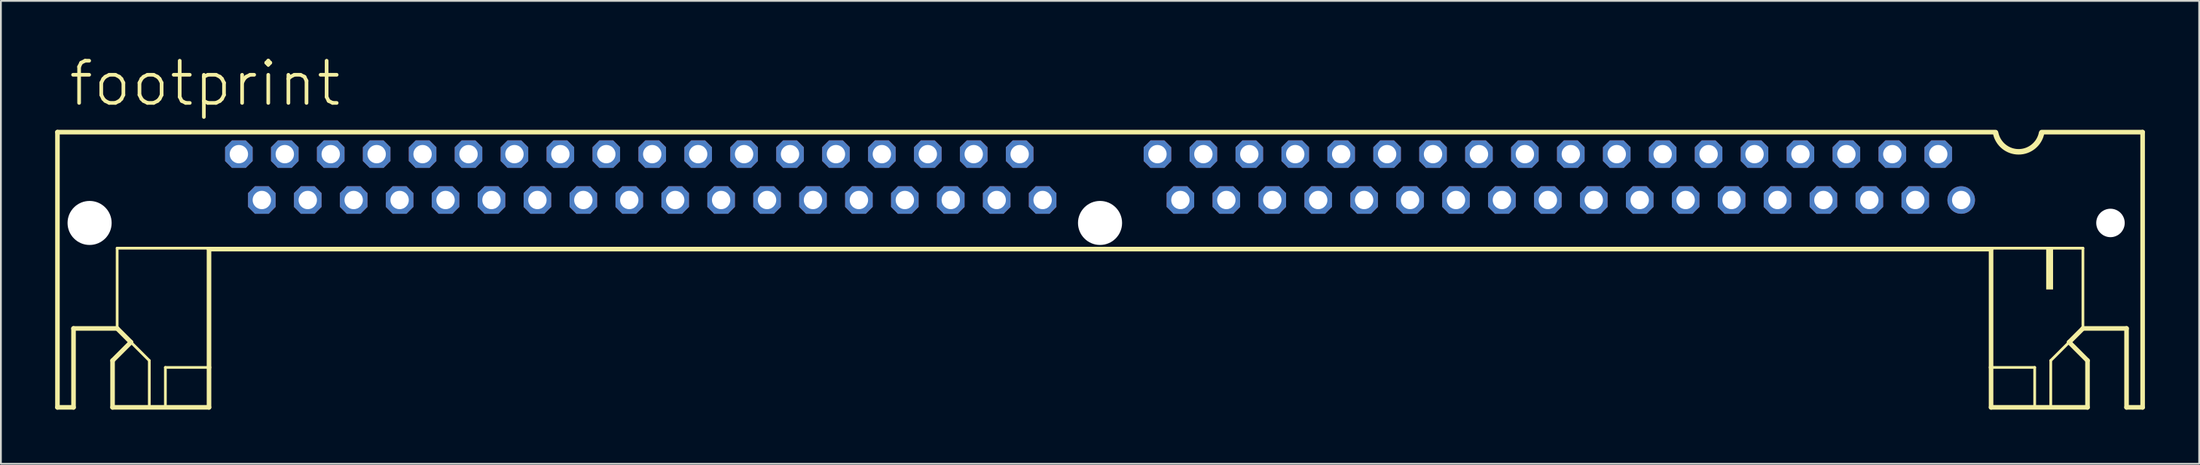
<source format=kicad_pcb>
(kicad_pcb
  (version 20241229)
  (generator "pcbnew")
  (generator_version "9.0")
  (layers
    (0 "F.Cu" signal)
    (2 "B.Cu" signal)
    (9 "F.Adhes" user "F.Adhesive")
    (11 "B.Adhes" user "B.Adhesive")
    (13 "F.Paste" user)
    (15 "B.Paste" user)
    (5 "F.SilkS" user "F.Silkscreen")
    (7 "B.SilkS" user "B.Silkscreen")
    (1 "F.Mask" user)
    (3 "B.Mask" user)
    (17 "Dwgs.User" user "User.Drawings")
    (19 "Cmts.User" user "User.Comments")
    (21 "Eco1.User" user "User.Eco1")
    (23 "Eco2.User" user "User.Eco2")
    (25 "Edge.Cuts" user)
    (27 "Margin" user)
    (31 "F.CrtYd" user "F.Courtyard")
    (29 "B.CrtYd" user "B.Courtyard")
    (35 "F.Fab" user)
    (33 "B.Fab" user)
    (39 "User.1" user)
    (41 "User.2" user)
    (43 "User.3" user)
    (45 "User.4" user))
  (footprint "footprint"
    (layer "F.Cu")
    (at 57.785 6.756)
    (property "Reference" "footprint" (at -57.15 -3.81 0) (layer "F.SilkS") (effects (font (size 2.337 2.337) (thickness 0.203)) (justify left bottom)))
    (fp_line (start -57.658 -2.489) (end 49.53 -2.489) (stroke (width 0.254) (type solid)) (layer "F.SilkS"))
    (fp_line (start -57.658 12.751) (end -57.658 -2.489) (stroke (width 0.254) (type solid)) (layer "F.SilkS"))
    (fp_line (start -56.769 8.382) (end -56.769 12.751) (stroke (width 0.254) (type solid)) (layer "F.SilkS"))
    (fp_line (start -56.769 12.751) (end -57.658 12.751) (stroke (width 0.254) (type solid)) (layer "F.SilkS"))
    (fp_line (start -54.61 10.16) (end -53.594 9.144) (stroke (width 0.254) (type solid)) (layer "F.SilkS"))
    (fp_line (start -54.61 12.751) (end -54.61 10.16) (stroke (width 0.254) (type solid)) (layer "F.SilkS"))
    (fp_line (start -54.356 3.937) (end -54.356 8.382) (stroke (width 0.152) (type solid)) (layer "F.SilkS"))
    (fp_line (start -54.356 8.382) (end -56.769 8.382) (stroke (width 0.254) (type solid)) (layer "F.SilkS"))
    (fp_line (start -53.594 9.144) (end -54.356 8.382) (stroke (width 0.254) (type solid)) (layer "F.SilkS"))
    (fp_line (start -53.594 9.144) (end -52.578 10.16) (stroke (width 0.152) (type solid)) (layer "F.SilkS"))
    (fp_line (start -52.578 10.16) (end -52.578 12.7) (stroke (width 0.152) (type solid)) (layer "F.SilkS"))
    (fp_line (start -51.689 10.541) (end -51.689 12.7) (stroke (width 0.152) (type solid)) (layer "F.SilkS"))
    (fp_line (start -51.689 10.541) (end -49.276 10.541) (stroke (width 0.152) (type solid)) (layer "F.SilkS"))
    (fp_line (start -49.276 3.937) (end -54.356 3.937) (stroke (width 0.152) (type solid)) (layer "F.SilkS"))
    (fp_line (start -49.276 3.988) (end -49.276 10.541) (stroke (width 0.254) (type solid)) (layer "F.SilkS"))
    (fp_line (start -49.276 10.541) (end -49.276 12.751) (stroke (width 0.254) (type solid)) (layer "F.SilkS"))
    (fp_line (start -49.276 12.751) (end -54.61 12.751) (stroke (width 0.254) (type solid)) (layer "F.SilkS"))
    (fp_line (start 49.276 3.937) (end 54.356 3.937) (stroke (width 0.152) (type solid)) (layer "F.SilkS"))
    (fp_line (start 49.276 3.988) (end -49.276 3.988) (stroke (width 0.254) (type solid)) (layer "F.SilkS"))
    (fp_line (start 49.276 3.988) (end 49.276 10.541) (stroke (width 0.254) (type solid)) (layer "F.SilkS"))
    (fp_line (start 49.276 10.541) (end 49.276 12.751) (stroke (width 0.254) (type solid)) (layer "F.SilkS"))
    (fp_line (start 49.276 12.751) (end 54.61 12.751) (stroke (width 0.254) (type solid)) (layer "F.SilkS"))
    (fp_line (start 51.689 10.541) (end 49.276 10.541) (stroke (width 0.152) (type solid)) (layer "F.SilkS"))
    (fp_line (start 51.689 10.541) (end 51.689 12.7) (stroke (width 0.152) (type solid)) (layer "F.SilkS"))
    (fp_line (start 52.07 -2.489) (end 57.658 -2.489) (stroke (width 0.254) (type solid)) (layer "F.SilkS"))
    (fp_line (start 52.578 10.16) (end 52.578 12.7) (stroke (width 0.152) (type solid)) (layer "F.SilkS"))
    (fp_line (start 53.594 9.144) (end 52.578 10.16) (stroke (width 0.152) (type solid)) (layer "F.SilkS"))
    (fp_line (start 53.594 9.144) (end 54.356 8.382) (stroke (width 0.254) (type solid)) (layer "F.SilkS"))
    (fp_line (start 54.356 3.937) (end 54.356 8.382) (stroke (width 0.152) (type solid)) (layer "F.SilkS"))
    (fp_line (start 54.356 8.382) (end 56.769 8.382) (stroke (width 0.254) (type solid)) (layer "F.SilkS"))
    (fp_line (start 54.61 10.16) (end 53.594 9.144) (stroke (width 0.254) (type solid)) (layer "F.SilkS"))
    (fp_line (start 54.61 12.751) (end 54.61 10.16) (stroke (width 0.254) (type solid)) (layer "F.SilkS"))
    (fp_line (start 56.769 8.382) (end 56.769 12.751) (stroke (width 0.254) (type solid)) (layer "F.SilkS"))
    (fp_line (start 56.769 12.751) (end 57.658 12.751) (stroke (width 0.254) (type solid)) (layer "F.SilkS"))
    (fp_line (start 57.658 12.751) (end 57.658 -2.489) (stroke (width 0.254) (type solid)) (layer "F.SilkS"))
    (fp_arc (start 52.07 -2.44) (mid 50.8 -1.398849) (end 49.53 -2.44) (stroke (width 0.3048) (type solid)) (layer "F.SilkS"))
    (fp_poly (pts (xy 52.324 6.223) (xy 52.705 6.223) (xy 52.705 3.937) (xy 52.324 3.937)) (stroke (width 0) (type solid)) (fill yes) (layer "F.SilkS"))
    (pad "" np_thru_hole circle (at -55.88 2.54) (size 2.438 2.438) (drill 2.438) (layers "*.Cu" "*.Mask"))
    (pad "" np_thru_hole circle (at 0 2.54) (size 2.438 2.438) (drill 2.438) (layers "*.Cu" "*.Mask"))
    (pad "" np_thru_hole circle (at 55.88 2.54) (size 1.575 1.575) (drill 1.575) (layers "*.Cu" "*.Mask"))
    (pad "1" thru_hole circle (at 47.625 1.27) (size 1.524 1.524) (drill 1.016) (layers "*.Cu" "*.Mask"))
    (pad "2" thru_hole roundrect (at 46.355 -1.27) (size 1.524 1.524) (drill 1.016) (layers "*.Cu" "*.Mask") (roundrect_rratio 0.25) (chamfer_ratio 0.25) (chamfer top_left top_right bottom_left bottom_right))
    (pad "3" thru_hole roundrect (at 45.085 1.27) (size 1.524 1.524) (drill 1.016) (layers "*.Cu" "*.Mask") (roundrect_rratio 0.25) (chamfer_ratio 0.25) (chamfer top_left top_right bottom_left bottom_right))
    (pad "4" thru_hole roundrect (at 43.815 -1.27) (size 1.524 1.524) (drill 1.016) (layers "*.Cu" "*.Mask") (roundrect_rratio 0.25) (chamfer_ratio 0.25) (chamfer top_left top_right bottom_left bottom_right))
    (pad "5" thru_hole roundrect (at 42.545 1.27) (size 1.524 1.524) (drill 1.016) (layers "*.Cu" "*.Mask") (roundrect_rratio 0.25) (chamfer_ratio 0.25) (chamfer top_left top_right bottom_left bottom_right))
    (pad "6" thru_hole roundrect (at 41.275 -1.27) (size 1.524 1.524) (drill 1.016) (layers "*.Cu" "*.Mask") (roundrect_rratio 0.25) (chamfer_ratio 0.25) (chamfer top_left top_right bottom_left bottom_right))
    (pad "7" thru_hole roundrect (at 40.005 1.27) (size 1.524 1.524) (drill 1.016) (layers "*.Cu" "*.Mask") (roundrect_rratio 0.25) (chamfer_ratio 0.25) (chamfer top_left top_right bottom_left bottom_right))
    (pad "8" thru_hole roundrect (at 38.735 -1.27) (size 1.524 1.524) (drill 1.016) (layers "*.Cu" "*.Mask") (roundrect_rratio 0.25) (chamfer_ratio 0.25) (chamfer top_left top_right bottom_left bottom_right))
    (pad "9" thru_hole roundrect (at 37.465 1.27) (size 1.524 1.524) (drill 1.016) (layers "*.Cu" "*.Mask") (roundrect_rratio 0.25) (chamfer_ratio 0.25) (chamfer top_left top_right bottom_left bottom_right))
    (pad "10" thru_hole roundrect (at 36.195 -1.27) (size 1.524 1.524) (drill 1.016) (layers "*.Cu" "*.Mask") (roundrect_rratio 0.25) (chamfer_ratio 0.25) (chamfer top_left top_right bottom_left bottom_right))
    (pad "11" thru_hole roundrect (at 34.925 1.27) (size 1.524 1.524) (drill 1.016) (layers "*.Cu" "*.Mask") (roundrect_rratio 0.25) (chamfer_ratio 0.25) (chamfer top_left top_right bottom_left bottom_right))
    (pad "12" thru_hole roundrect (at 33.655 -1.27) (size 1.524 1.524) (drill 1.016) (layers "*.Cu" "*.Mask") (roundrect_rratio 0.25) (chamfer_ratio 0.25) (chamfer top_left top_right bottom_left bottom_right))
    (pad "13" thru_hole roundrect (at 32.385 1.27) (size 1.524 1.524) (drill 1.016) (layers "*.Cu" "*.Mask") (roundrect_rratio 0.25) (chamfer_ratio 0.25) (chamfer top_left top_right bottom_left bottom_right))
    (pad "14" thru_hole roundrect (at 31.115 -1.27) (size 1.524 1.524) (drill 1.016) (layers "*.Cu" "*.Mask") (roundrect_rratio 0.25) (chamfer_ratio 0.25) (chamfer top_left top_right bottom_left bottom_right))
    (pad "15" thru_hole roundrect (at 29.845 1.27) (size 1.524 1.524) (drill 1.016) (layers "*.Cu" "*.Mask") (roundrect_rratio 0.25) (chamfer_ratio 0.25) (chamfer top_left top_right bottom_left bottom_right))
    (pad "16" thru_hole roundrect (at 28.575 -1.27) (size 1.524 1.524) (drill 1.016) (layers "*.Cu" "*.Mask") (roundrect_rratio 0.25) (chamfer_ratio 0.25) (chamfer top_left top_right bottom_left bottom_right))
    (pad "17" thru_hole roundrect (at 27.305 1.27) (size 1.524 1.524) (drill 1.016) (layers "*.Cu" "*.Mask") (roundrect_rratio 0.25) (chamfer_ratio 0.25) (chamfer top_left top_right bottom_left bottom_right))
    (pad "18" thru_hole roundrect (at 26.035 -1.27) (size 1.524 1.524) (drill 1.016) (layers "*.Cu" "*.Mask") (roundrect_rratio 0.25) (chamfer_ratio 0.25) (chamfer top_left top_right bottom_left bottom_right))
    (pad "19" thru_hole roundrect (at 24.765 1.27) (size 1.524 1.524) (drill 1.016) (layers "*.Cu" "*.Mask") (roundrect_rratio 0.25) (chamfer_ratio 0.25) (chamfer top_left top_right bottom_left bottom_right))
    (pad "20" thru_hole roundrect (at 23.495 -1.27) (size 1.524 1.524) (drill 1.016) (layers "*.Cu" "*.Mask") (roundrect_rratio 0.25) (chamfer_ratio 0.25) (chamfer top_left top_right bottom_left bottom_right))
    (pad "21" thru_hole roundrect (at 22.225 1.27) (size 1.524 1.524) (drill 1.016) (layers "*.Cu" "*.Mask") (roundrect_rratio 0.25) (chamfer_ratio 0.25) (chamfer top_left top_right bottom_left bottom_right))
    (pad "22" thru_hole roundrect (at 20.955 -1.27) (size 1.524 1.524) (drill 1.016) (layers "*.Cu" "*.Mask") (roundrect_rratio 0.25) (chamfer_ratio 0.25) (chamfer top_left top_right bottom_left bottom_right))
    (pad "23" thru_hole roundrect (at 19.685 1.27) (size 1.524 1.524) (drill 1.016) (layers "*.Cu" "*.Mask") (roundrect_rratio 0.25) (chamfer_ratio 0.25) (chamfer top_left top_right bottom_left bottom_right))
    (pad "24" thru_hole roundrect (at 18.415 -1.27) (size 1.524 1.524) (drill 1.016) (layers "*.Cu" "*.Mask") (roundrect_rratio 0.25) (chamfer_ratio 0.25) (chamfer top_left top_right bottom_left bottom_right))
    (pad "25" thru_hole roundrect (at 17.145 1.27) (size 1.524 1.524) (drill 1.016) (layers "*.Cu" "*.Mask") (roundrect_rratio 0.25) (chamfer_ratio 0.25) (chamfer top_left top_right bottom_left bottom_right))
    (pad "26" thru_hole roundrect (at 15.875 -1.27) (size 1.524 1.524) (drill 1.016) (layers "*.Cu" "*.Mask") (roundrect_rratio 0.25) (chamfer_ratio 0.25) (chamfer top_left top_right bottom_left bottom_right))
    (pad "27" thru_hole roundrect (at 14.605 1.27) (size 1.524 1.524) (drill 1.016) (layers "*.Cu" "*.Mask") (roundrect_rratio 0.25) (chamfer_ratio 0.25) (chamfer top_left top_right bottom_left bottom_right))
    (pad "28" thru_hole roundrect (at 13.335 -1.27) (size 1.524 1.524) (drill 1.016) (layers "*.Cu" "*.Mask") (roundrect_rratio 0.25) (chamfer_ratio 0.25) (chamfer top_left top_right bottom_left bottom_right))
    (pad "29" thru_hole roundrect (at 12.065 1.27) (size 1.524 1.524) (drill 1.016) (layers "*.Cu" "*.Mask") (roundrect_rratio 0.25) (chamfer_ratio 0.25) (chamfer top_left top_right bottom_left bottom_right))
    (pad "30" thru_hole roundrect (at 10.795 -1.27) (size 1.524 1.524) (drill 1.016) (layers "*.Cu" "*.Mask") (roundrect_rratio 0.25) (chamfer_ratio 0.25) (chamfer top_left top_right bottom_left bottom_right))
    (pad "31" thru_hole roundrect (at 9.525 1.27) (size 1.524 1.524) (drill 1.016) (layers "*.Cu" "*.Mask") (roundrect_rratio 0.25) (chamfer_ratio 0.25) (chamfer top_left top_right bottom_left bottom_right))
    (pad "32" thru_hole roundrect (at 8.255 -1.27) (size 1.524 1.524) (drill 1.016) (layers "*.Cu" "*.Mask") (roundrect_rratio 0.25) (chamfer_ratio 0.25) (chamfer top_left top_right bottom_left bottom_right))
    (pad "33" thru_hole roundrect (at 6.985 1.27) (size 1.524 1.524) (drill 1.016) (layers "*.Cu" "*.Mask") (roundrect_rratio 0.25) (chamfer_ratio 0.25) (chamfer top_left top_right bottom_left bottom_right))
    (pad "34" thru_hole roundrect (at 5.715 -1.27) (size 1.524 1.524) (drill 1.016) (layers "*.Cu" "*.Mask") (roundrect_rratio 0.25) (chamfer_ratio 0.25) (chamfer top_left top_right bottom_left bottom_right))
    (pad "35" thru_hole roundrect (at 4.445 1.27) (size 1.524 1.524) (drill 1.016) (layers "*.Cu" "*.Mask") (roundrect_rratio 0.25) (chamfer_ratio 0.25) (chamfer top_left top_right bottom_left bottom_right))
    (pad "36" thru_hole roundrect (at 3.175 -1.27) (size 1.524 1.524) (drill 1.016) (layers "*.Cu" "*.Mask") (roundrect_rratio 0.25) (chamfer_ratio 0.25) (chamfer top_left top_right bottom_left bottom_right))
    (pad "37" thru_hole roundrect (at -3.175 1.27) (size 1.524 1.524) (drill 1.016) (layers "*.Cu" "*.Mask") (roundrect_rratio 0.25) (chamfer_ratio 0.25) (chamfer top_left top_right bottom_left bottom_right))
    (pad "38" thru_hole roundrect (at -4.445 -1.27) (size 1.524 1.524) (drill 1.016) (layers "*.Cu" "*.Mask") (roundrect_rratio 0.25) (chamfer_ratio 0.25) (chamfer top_left top_right bottom_left bottom_right))
    (pad "39" thru_hole roundrect (at -5.715 1.27) (size 1.524 1.524) (drill 1.016) (layers "*.Cu" "*.Mask") (roundrect_rratio 0.25) (chamfer_ratio 0.25) (chamfer top_left top_right bottom_left bottom_right))
    (pad "40" thru_hole roundrect (at -6.985 -1.27) (size 1.524 1.524) (drill 1.016) (layers "*.Cu" "*.Mask") (roundrect_rratio 0.25) (chamfer_ratio 0.25) (chamfer top_left top_right bottom_left bottom_right))
    (pad "41" thru_hole roundrect (at -8.255 1.27) (size 1.524 1.524) (drill 1.016) (layers "*.Cu" "*.Mask") (roundrect_rratio 0.25) (chamfer_ratio 0.25) (chamfer top_left top_right bottom_left bottom_right))
    (pad "42" thru_hole roundrect (at -9.525 -1.27) (size 1.524 1.524) (drill 1.016) (layers "*.Cu" "*.Mask") (roundrect_rratio 0.25) (chamfer_ratio 0.25) (chamfer top_left top_right bottom_left bottom_right))
    (pad "43" thru_hole roundrect (at -10.795 1.27) (size 1.524 1.524) (drill 1.016) (layers "*.Cu" "*.Mask") (roundrect_rratio 0.25) (chamfer_ratio 0.25) (chamfer top_left top_right bottom_left bottom_right))
    (pad "44" thru_hole roundrect (at -12.065 -1.27) (size 1.524 1.524) (drill 1.016) (layers "*.Cu" "*.Mask") (roundrect_rratio 0.25) (chamfer_ratio 0.25) (chamfer top_left top_right bottom_left bottom_right))
    (pad "45" thru_hole roundrect (at -13.335 1.27) (size 1.524 1.524) (drill 1.016) (layers "*.Cu" "*.Mask") (roundrect_rratio 0.25) (chamfer_ratio 0.25) (chamfer top_left top_right bottom_left bottom_right))
    (pad "46" thru_hole roundrect (at -14.605 -1.27) (size 1.524 1.524) (drill 1.016) (layers "*.Cu" "*.Mask") (roundrect_rratio 0.25) (chamfer_ratio 0.25) (chamfer top_left top_right bottom_left bottom_right))
    (pad "47" thru_hole roundrect (at -15.875 1.27) (size 1.524 1.524) (drill 1.016) (layers "*.Cu" "*.Mask") (roundrect_rratio 0.25) (chamfer_ratio 0.25) (chamfer top_left top_right bottom_left bottom_right))
    (pad "48" thru_hole roundrect (at -17.145 -1.27) (size 1.524 1.524) (drill 1.016) (layers "*.Cu" "*.Mask") (roundrect_rratio 0.25) (chamfer_ratio 0.25) (chamfer top_left top_right bottom_left bottom_right))
    (pad "49" thru_hole roundrect (at -18.415 1.27) (size 1.524 1.524) (drill 1.016) (layers "*.Cu" "*.Mask") (roundrect_rratio 0.25) (chamfer_ratio 0.25) (chamfer top_left top_right bottom_left bottom_right))
    (pad "50" thru_hole roundrect (at -19.685 -1.27) (size 1.524 1.524) (drill 1.016) (layers "*.Cu" "*.Mask") (roundrect_rratio 0.25) (chamfer_ratio 0.25) (chamfer top_left top_right bottom_left bottom_right))
    (pad "51" thru_hole roundrect (at -20.955 1.27) (size 1.524 1.524) (drill 1.016) (layers "*.Cu" "*.Mask") (roundrect_rratio 0.25) (chamfer_ratio 0.25) (chamfer top_left top_right bottom_left bottom_right))
    (pad "52" thru_hole roundrect (at -22.225 -1.27) (size 1.524 1.524) (drill 1.016) (layers "*.Cu" "*.Mask") (roundrect_rratio 0.25) (chamfer_ratio 0.25) (chamfer top_left top_right bottom_left bottom_right))
    (pad "53" thru_hole roundrect (at -23.495 1.27) (size 1.524 1.524) (drill 1.016) (layers "*.Cu" "*.Mask") (roundrect_rratio 0.25) (chamfer_ratio 0.25) (chamfer top_left top_right bottom_left bottom_right))
    (pad "54" thru_hole roundrect (at -24.765 -1.27) (size 1.524 1.524) (drill 1.016) (layers "*.Cu" "*.Mask") (roundrect_rratio 0.25) (chamfer_ratio 0.25) (chamfer top_left top_right bottom_left bottom_right))
    (pad "55" thru_hole roundrect (at -26.035 1.27) (size 1.524 1.524) (drill 1.016) (layers "*.Cu" "*.Mask") (roundrect_rratio 0.25) (chamfer_ratio 0.25) (chamfer top_left top_right bottom_left bottom_right))
    (pad "56" thru_hole roundrect (at -27.305 -1.27) (size 1.524 1.524) (drill 1.016) (layers "*.Cu" "*.Mask") (roundrect_rratio 0.25) (chamfer_ratio 0.25) (chamfer top_left top_right bottom_left bottom_right))
    (pad "57" thru_hole roundrect (at -28.575 1.27) (size 1.524 1.524) (drill 1.016) (layers "*.Cu" "*.Mask") (roundrect_rratio 0.25) (chamfer_ratio 0.25) (chamfer top_left top_right bottom_left bottom_right))
    (pad "58" thru_hole roundrect (at -29.845 -1.27) (size 1.524 1.524) (drill 1.016) (layers "*.Cu" "*.Mask") (roundrect_rratio 0.25) (chamfer_ratio 0.25) (chamfer top_left top_right bottom_left bottom_right))
    (pad "59" thru_hole roundrect (at -31.115 1.27) (size 1.524 1.524) (drill 1.016) (layers "*.Cu" "*.Mask") (roundrect_rratio 0.25) (chamfer_ratio 0.25) (chamfer top_left top_right bottom_left bottom_right))
    (pad "60" thru_hole roundrect (at -32.385 -1.27) (size 1.524 1.524) (drill 1.016) (layers "*.Cu" "*.Mask") (roundrect_rratio 0.25) (chamfer_ratio 0.25) (chamfer top_left top_right bottom_left bottom_right))
    (pad "61" thru_hole roundrect (at -33.655 1.27) (size 1.524 1.524) (drill 1.016) (layers "*.Cu" "*.Mask") (roundrect_rratio 0.25) (chamfer_ratio 0.25) (chamfer top_left top_right bottom_left bottom_right))
    (pad "62" thru_hole roundrect (at -34.925 -1.27) (size 1.524 1.524) (drill 1.016) (layers "*.Cu" "*.Mask") (roundrect_rratio 0.25) (chamfer_ratio 0.25) (chamfer top_left top_right bottom_left bottom_right))
    (pad "63" thru_hole roundrect (at -36.195 1.27) (size 1.524 1.524) (drill 1.016) (layers "*.Cu" "*.Mask") (roundrect_rratio 0.25) (chamfer_ratio 0.25) (chamfer top_left top_right bottom_left bottom_right))
    (pad "64" thru_hole roundrect (at -37.465 -1.27) (size 1.524 1.524) (drill 1.016) (layers "*.Cu" "*.Mask") (roundrect_rratio 0.25) (chamfer_ratio 0.25) (chamfer top_left top_right bottom_left bottom_right))
    (pad "65" thru_hole roundrect (at -38.735 1.27) (size 1.524 1.524) (drill 1.016) (layers "*.Cu" "*.Mask") (roundrect_rratio 0.25) (chamfer_ratio 0.25) (chamfer top_left top_right bottom_left bottom_right))
    (pad "66" thru_hole roundrect (at -40.005 -1.27) (size 1.524 1.524) (drill 1.016) (layers "*.Cu" "*.Mask") (roundrect_rratio 0.25) (chamfer_ratio 0.25) (chamfer top_left top_right bottom_left bottom_right))
    (pad "67" thru_hole roundrect (at -41.275 1.27) (size 1.524 1.524) (drill 1.016) (layers "*.Cu" "*.Mask") (roundrect_rratio 0.25) (chamfer_ratio 0.25) (chamfer top_left top_right bottom_left bottom_right))
    (pad "68" thru_hole roundrect (at -42.545 -1.27) (size 1.524 1.524) (drill 1.016) (layers "*.Cu" "*.Mask") (roundrect_rratio 0.25) (chamfer_ratio 0.25) (chamfer top_left top_right bottom_left bottom_right))
    (pad "69" thru_hole roundrect (at -43.815 1.27) (size 1.524 1.524) (drill 1.016) (layers "*.Cu" "*.Mask") (roundrect_rratio 0.25) (chamfer_ratio 0.25) (chamfer top_left top_right bottom_left bottom_right))
    (pad "70" thru_hole roundrect (at -45.085 -1.27) (size 1.524 1.524) (drill 1.016) (layers "*.Cu" "*.Mask") (roundrect_rratio 0.25) (chamfer_ratio 0.25) (chamfer top_left top_right bottom_left bottom_right))
    (pad "71" thru_hole roundrect (at -46.355 1.27) (size 1.524 1.524) (drill 1.016) (layers "*.Cu" "*.Mask") (roundrect_rratio 0.25) (chamfer_ratio 0.25) (chamfer top_left top_right bottom_left bottom_right))
    (pad "72" thru_hole roundrect (at -47.625 -1.27) (size 1.524 1.524) (drill 1.016) (layers "*.Cu" "*.Mask") (roundrect_rratio 0.25) (chamfer_ratio 0.25) (chamfer top_left top_right bottom_left bottom_right)))
  (gr_rect
    (start -3 -3)
    (end 118.57 22.634)
    (stroke (width 0.1) (type default))
    (fill no)
    (layer "Edge.Cuts")))
</source>
